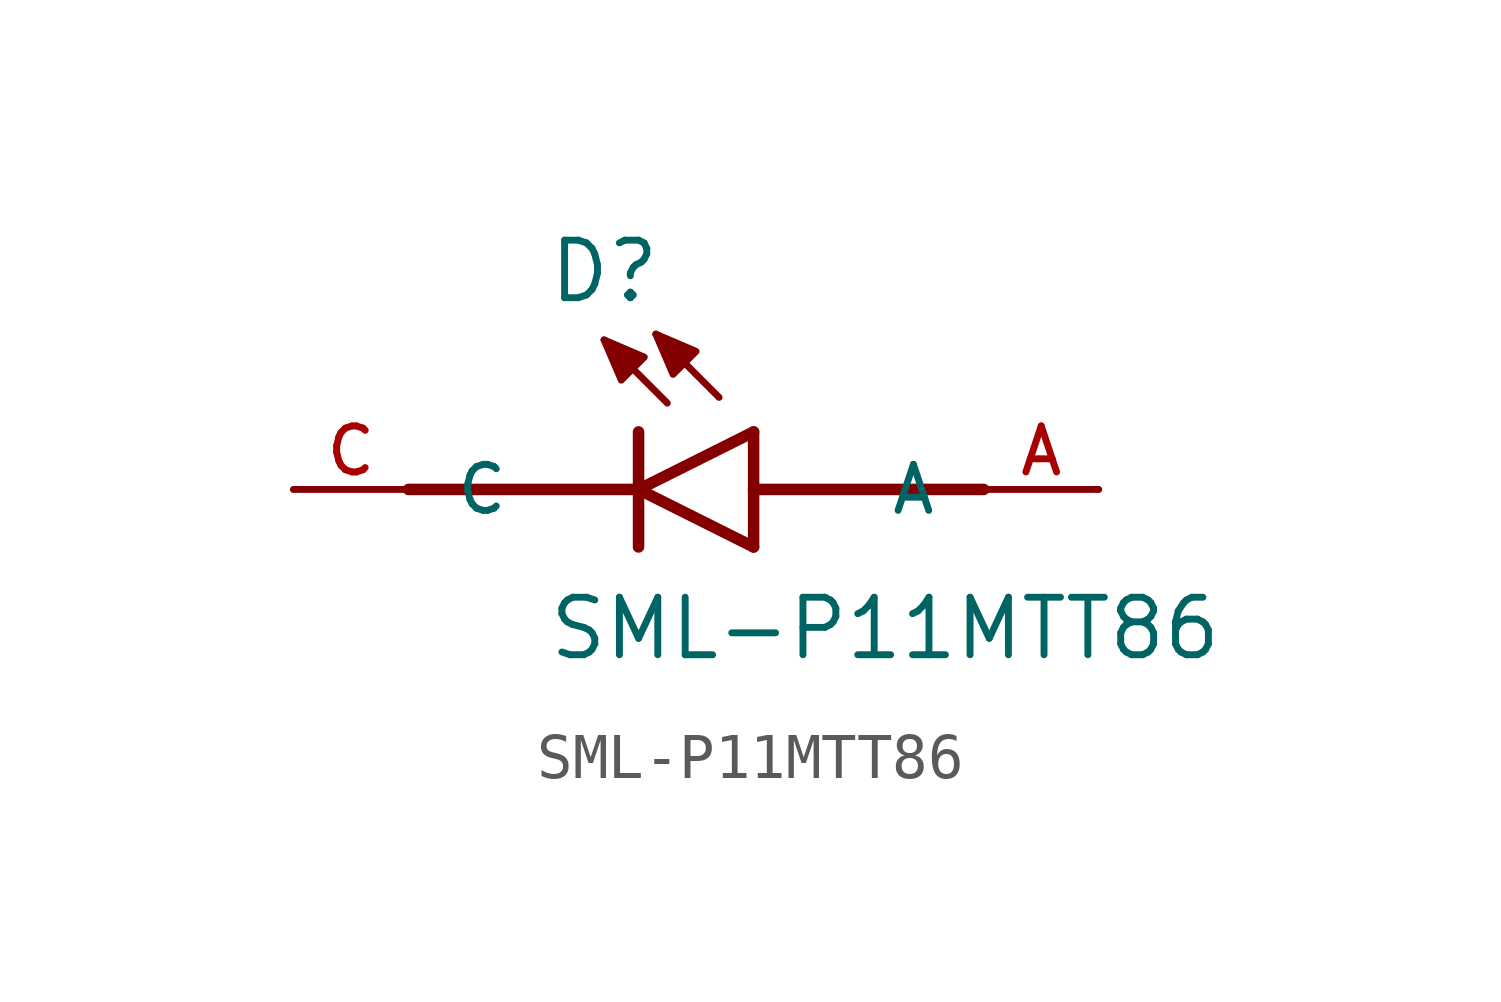
<source format=kicad_sym>
(kicad_symbol_lib
  (version 20211014)
  (generator kicad_symbol_editor)
  (symbol "SML-P11MTT86"
    (pin_names
      (offset 1.016))
    (property "Reference" "D"
      (at -2.035 4.07 0)
      (effects (font (size 1.27 1.27)) (justify bottom left)))
    (property "Value" "SML-P11MTT86"
      (at -2.034 -3.813 0)
      (effects (font (size 1.27 1.27)) (justify bottom left)))
    (symbol "SML-P11MTT86_0_0"
      (polyline (pts (xy 2.54 -1.27) (xy 0.0 0.0)) (stroke (width 0.254)))
      (polyline (pts (xy 0.0 0.0) (xy 2.54 1.27)) (stroke (width 0.254)))
      (polyline (pts (xy 0.0 -1.27) (xy 0.0 0.0)) (stroke (width 0.254)))
      (polyline (pts (xy 0.0 0.0) (xy 0.0 1.27)) (stroke (width 0.254)))
      (polyline (pts (xy 2.54 -1.27) (xy 2.54 0.0)) (stroke (width 0.254)))
      (polyline (pts (xy 2.54 0.0) (xy 2.54 1.27)) (stroke (width 0.254)))
      (polyline (pts (xy 1.778 2.032) (xy 0.381 3.429)) (stroke (width 0.152)))
      (polyline (pts (xy 0.635 1.905) (xy -0.762 3.302)) (stroke (width 0.152)))
      (polyline (pts (xy 0.381 3.429) (xy 1.27 3.048) (xy 0.762 2.54) (xy 0.381 3.429)) (stroke (width 0.152)) (fill (type outline)))
      (polyline (pts (xy -0.762 3.302) (xy 0.127 2.921) (xy -0.381 2.413) (xy -0.762 3.302)) (stroke (width 0.152)) (fill (type outline)))
      (polyline (pts (xy -5.08 0.0) (xy 0.0 0.0)) (stroke (width 0.254)))
      (polyline (pts (xy 2.54 0.0) (xy 7.62 0.0)) (stroke (width 0.254)))
      (pin passive line (at -7.62 0.0 0) (length 2.54) (name "C" (effects (font (size 1.016 1.016)))) (number "C" (effects (font (size 1.016 1.016)))))
      (pin passive line (at 10.16 0.0 180.0) (length 2.54) (name "A" (effects (font (size 1.016 1.016)))) (number "A" (effects (font (size 1.016 1.016))))))))
</source>
